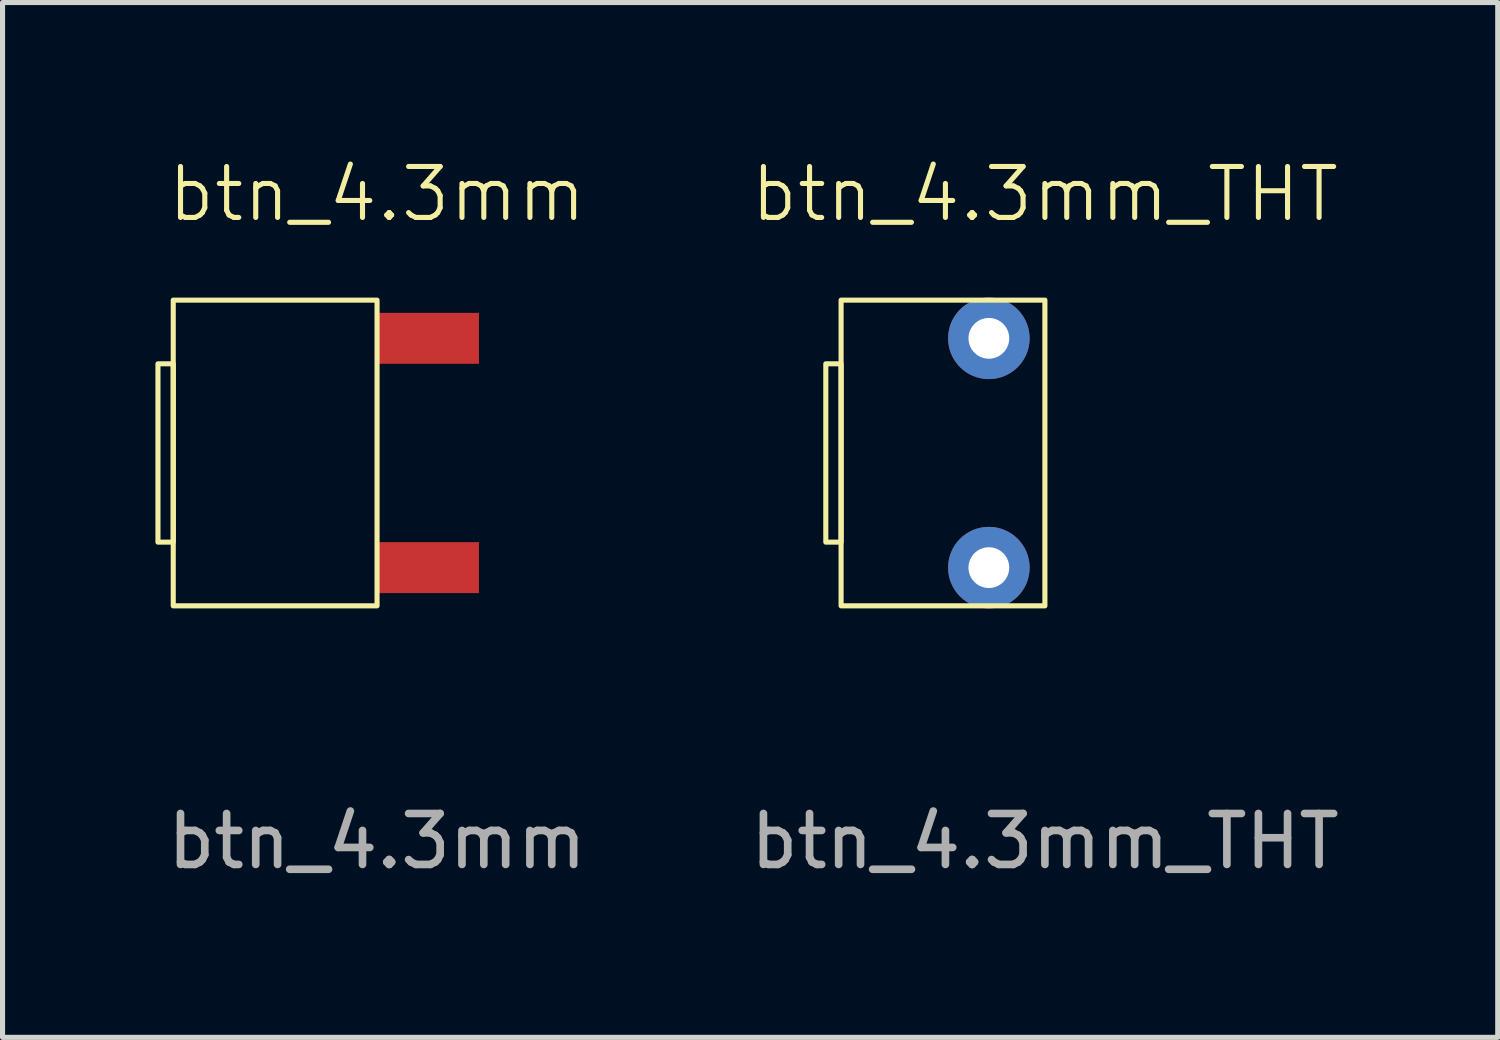
<source format=kicad_pcb>
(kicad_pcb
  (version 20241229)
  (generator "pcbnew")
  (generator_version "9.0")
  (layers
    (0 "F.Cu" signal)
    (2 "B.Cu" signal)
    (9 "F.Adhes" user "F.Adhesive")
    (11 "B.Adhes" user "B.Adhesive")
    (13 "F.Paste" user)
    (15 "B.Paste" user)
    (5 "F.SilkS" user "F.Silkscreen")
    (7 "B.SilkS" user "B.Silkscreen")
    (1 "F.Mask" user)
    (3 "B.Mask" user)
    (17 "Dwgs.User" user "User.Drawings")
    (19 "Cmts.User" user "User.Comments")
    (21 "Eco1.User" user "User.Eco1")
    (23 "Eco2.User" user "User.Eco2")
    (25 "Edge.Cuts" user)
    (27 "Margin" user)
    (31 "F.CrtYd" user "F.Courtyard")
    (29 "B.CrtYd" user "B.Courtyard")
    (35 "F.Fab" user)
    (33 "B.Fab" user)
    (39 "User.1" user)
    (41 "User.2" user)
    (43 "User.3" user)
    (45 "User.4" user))
  (footprint "btn_4.3mm_THT"
    (layer "F.Cu")
    (at 17.457 5.84)
    (property "Reference" "btn_4.3mm_THT" (at 0 -5.08 0) (unlocked yes) (layer "F.SilkS") (effects (font (size 1 1) (thickness 0.1))))
    (attr smd)
    (fp_rect (start -4.3 -1.75) (end -4 1.75) (stroke (width 0.1) (type default)) (fill no) (layer "F.SilkS"))
    (fp_rect (start -4 -3) (end 0 3) (stroke (width 0.1) (type default)) (fill no) (layer "F.SilkS"))
    (fp_text user "${REFERENCE}" (at 0 7.62 0) (unlocked yes) (layer "F.Fab") (effects (font (size 1 1) (thickness 0.15))))
    (pad "1" thru_hole circle (at -1.1 -2.25) (size 1.6 1.6) (drill 0.8) (layers "*.Cu" "*.Mask"))
    (pad "2" thru_hole circle (at -1.1 2.25) (size 1.6 1.6) (drill 0.8) (layers "*.Cu" "*.Mask")))
  (footprint "btn_4.3mm"
    (layer "F.Cu")
    (at 4.35 5.84)
    (property "Reference" "btn_4.3mm" (at 0 -5.08 0) (unlocked yes) (layer "F.SilkS") (effects (font (size 1 1) (thickness 0.1))))
    (attr smd)
    (fp_rect (start -4.3 -1.75) (end -4 1.75) (stroke (width 0.1) (type default)) (fill no) (layer "F.SilkS"))
    (fp_rect (start -4 -3) (end 0 3) (stroke (width 0.1) (type default)) (fill no) (layer "F.SilkS"))
    (fp_text user "${REFERENCE}" (at 0 7.62 0) (unlocked yes) (layer "F.Fab") (effects (font (size 1 1) (thickness 0.15))))
    (pad "1" smd rect (at 1 -2.25) (size 2 1) (layers "F.Cu" "F.Mask" "F.Paste"))
    (pad "2" smd rect (at 1 2.25) (size 2 1) (layers "F.Cu" "F.Mask" "F.Paste")))
  (gr_rect
    (start -3 -3)
    (end 26.344 17.309)
    (stroke (width 0.1) (type default))
    (fill no)
    (layer "Edge.Cuts")))
</source>
